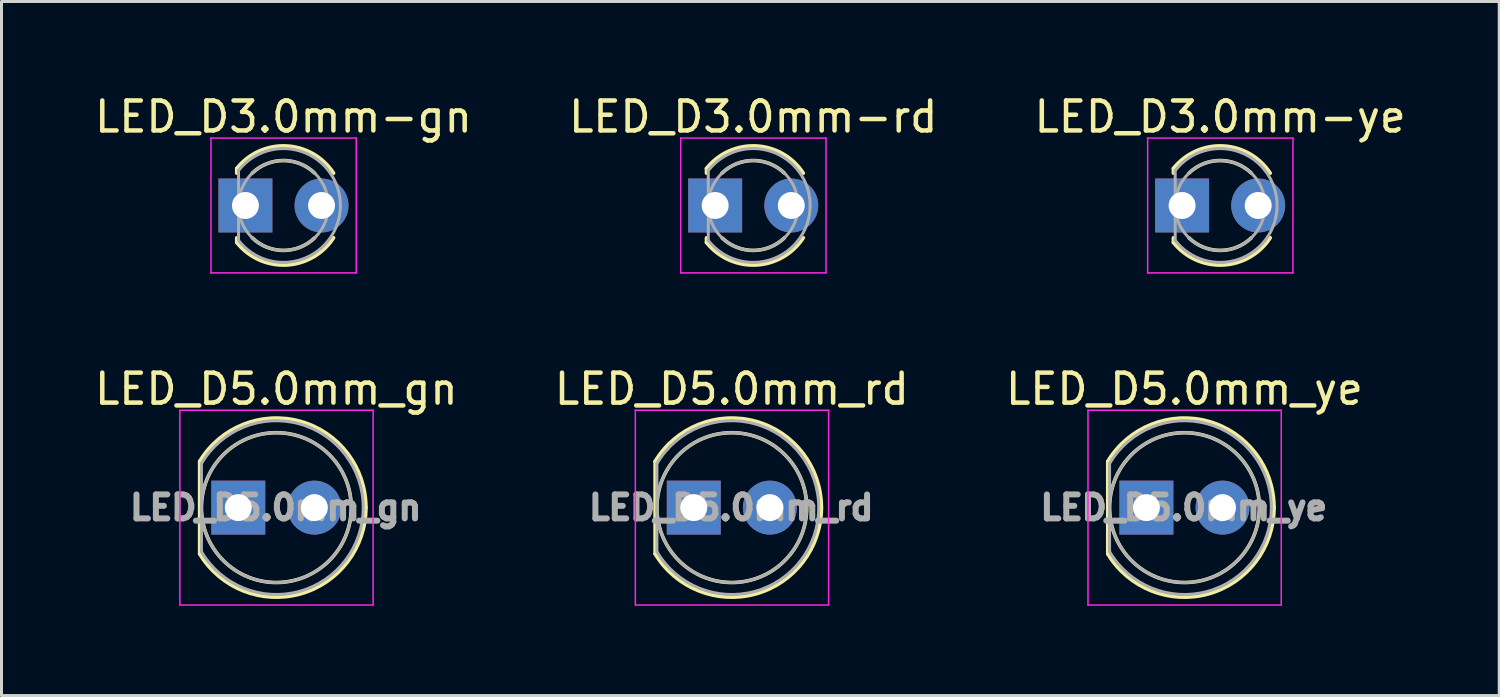
<source format=kicad_pcb>
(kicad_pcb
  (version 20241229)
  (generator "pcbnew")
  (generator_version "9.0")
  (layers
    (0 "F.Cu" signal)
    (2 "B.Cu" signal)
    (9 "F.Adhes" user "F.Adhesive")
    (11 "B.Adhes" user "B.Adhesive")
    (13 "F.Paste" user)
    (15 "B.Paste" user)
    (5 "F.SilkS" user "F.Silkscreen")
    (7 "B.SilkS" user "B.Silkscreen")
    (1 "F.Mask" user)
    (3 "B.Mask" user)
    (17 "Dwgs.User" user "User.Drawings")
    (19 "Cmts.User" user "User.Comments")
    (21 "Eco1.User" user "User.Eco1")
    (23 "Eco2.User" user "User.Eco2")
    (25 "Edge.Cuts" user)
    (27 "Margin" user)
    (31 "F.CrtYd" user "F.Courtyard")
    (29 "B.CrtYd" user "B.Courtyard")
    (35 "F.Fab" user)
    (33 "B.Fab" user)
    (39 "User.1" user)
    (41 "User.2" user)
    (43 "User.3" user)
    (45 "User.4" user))
  (footprint "LED_D3.0mm-rd"
    (layer "F.Cu")
    (at 20.819 3.808)
    (property "Reference" "LED_D3.0mm-rd" (at 1.27 -2.96 0) (layer "F.SilkS") (effects (font (size 1 1) (thickness 0.15))))
    (attr through_hole)
    (fp_line (start -0.29 -1.236) (end -0.29 -1.08) (stroke (width 0.12) (type solid)) (layer "F.SilkS"))
    (fp_line (start -0.29 1.08) (end -0.29 1.236) (stroke (width 0.12) (type solid)) (layer "F.SilkS"))
    (fp_arc (start -0.29 -1.235516) (mid 1.366487 -1.987659) (end 2.942335 -1.078608) (stroke (width 0.12) (type solid)) (layer "F.SilkS"))
    (fp_arc (start 0.229039 -1.08) (mid 1.270117 -1.5) (end 2.31113 -1.079837) (stroke (width 0.12) (type solid)) (layer "F.SilkS"))
    (fp_arc (start 2.31113 1.079837) (mid 1.270117 1.5) (end 0.229039 1.08) (stroke (width 0.12) (type solid)) (layer "F.SilkS"))
    (fp_arc (start 2.942335 1.078608) (mid 1.366487 1.987659) (end -0.29 1.235516) (stroke (width 0.12) (type solid)) (layer "F.SilkS"))
    (fp_line (start -1.15 -2.25) (end -1.15 2.25) (stroke (width 0.05) (type solid)) (layer "F.CrtYd"))
    (fp_line (start -1.15 2.25) (end 3.7 2.25) (stroke (width 0.05) (type solid)) (layer "F.CrtYd"))
    (fp_line (start 3.7 -2.25) (end -1.15 -2.25) (stroke (width 0.05) (type solid)) (layer "F.CrtYd"))
    (fp_line (start 3.7 2.25) (end 3.7 -2.25) (stroke (width 0.05) (type solid)) (layer "F.CrtYd"))
    (fp_line (start -0.23 -1.166) (end -0.23 1.166) (stroke (width 0.1) (type solid)) (layer "F.Fab"))
    (fp_arc (start -0.23 -1.16619) (mid 3.17 0.000452) (end -0.230555 1.165476) (stroke (width 0.1) (type solid)) (layer "F.Fab"))
    (fp_circle (center 1.27 0) (end 2.77 0) (stroke (width 0.1) (type solid)) (fill no) (layer "F.Fab"))
    (pad "1" thru_hole rect (at 0 0) (size 1.8 1.8) (drill 0.9) (layers "*.Cu" "*.Mask"))
    (pad "2" thru_hole circle (at 2.54 0) (size 1.8 1.8) (drill 0.9) (layers "*.Cu" "*.Mask")))
  (footprint "LED_D5.0mm_rd"
    (layer "F.Cu")
    (at 20.105 13.892)
    (property "Reference" "LED_D5.0mm_rd" (at 1.27 -3.96 0) (layer "F.SilkS") (effects (font (size 1 1) (thickness 0.15))))
    (attr through_hole)
    (fp_line (start -1.29 -1.545) (end -1.29 1.545) (stroke (width 0.12) (type solid)) (layer "F.SilkS"))
    (fp_arc (start -1.29 -1.54483) (mid 2.072002 -2.880433) (end 4.26 0.000462) (stroke (width 0.12) (type solid)) (layer "F.SilkS"))
    (fp_arc (start 4.26 -0.000462) (mid 2.072002 2.880433) (end -1.29 1.54483) (stroke (width 0.12) (type solid)) (layer "F.SilkS"))
    (fp_circle (center 1.27 0) (end 3.77 0) (stroke (width 0.12) (type solid)) (fill no) (layer "F.SilkS"))
    (fp_line (start -1.95 -3.25) (end -1.95 3.25) (stroke (width 0.05) (type solid)) (layer "F.CrtYd"))
    (fp_line (start -1.95 3.25) (end 4.5 3.25) (stroke (width 0.05) (type solid)) (layer "F.CrtYd"))
    (fp_line (start 4.5 -3.25) (end -1.95 -3.25) (stroke (width 0.05) (type solid)) (layer "F.CrtYd"))
    (fp_line (start 4.5 3.25) (end 4.5 -3.25) (stroke (width 0.05) (type solid)) (layer "F.CrtYd"))
    (fp_line (start -1.23 -1.47) (end -1.23 1.47) (stroke (width 0.1) (type solid)) (layer "F.Fab"))
    (fp_arc (start -1.23 -1.469694) (mid 4.17 0.000016) (end -1.230016 1.469666) (stroke (width 0.1) (type solid)) (layer "F.Fab"))
    (fp_circle (center 1.27 0) (end 3.77 0) (stroke (width 0.1) (type solid)) (fill no) (layer "F.Fab"))
    (fp_text user "${REFERENCE}" (at 1.25 0 0) (layer "F.Fab") (effects (font (size 0.8 0.8) (thickness 0.2))))
    (pad "1" thru_hole rect (at 0 0) (size 1.8 1.8) (drill 0.9) (layers "*.Cu" "*.Mask"))
    (pad "2" thru_hole circle (at 2.54 0) (size 1.8 1.8) (drill 0.9) (layers "*.Cu" "*.Mask")))
  (footprint "LED_D3.0mm-ye"
    (layer "F.Cu")
    (at 36.403 3.808)
    (property "Reference" "LED_D3.0mm-ye" (at 1.27 -2.96 0) (layer "F.SilkS") (effects (font (size 1 1) (thickness 0.15))))
    (attr through_hole)
    (fp_line (start -0.29 -1.236) (end -0.29 -1.08) (stroke (width 0.12) (type solid)) (layer "F.SilkS"))
    (fp_line (start -0.29 1.08) (end -0.29 1.236) (stroke (width 0.12) (type solid)) (layer "F.SilkS"))
    (fp_arc (start -0.29 -1.235516) (mid 1.366487 -1.987659) (end 2.942335 -1.078608) (stroke (width 0.12) (type solid)) (layer "F.SilkS"))
    (fp_arc (start 0.229039 -1.08) (mid 1.270117 -1.5) (end 2.31113 -1.079837) (stroke (width 0.12) (type solid)) (layer "F.SilkS"))
    (fp_arc (start 2.31113 1.079837) (mid 1.270117 1.5) (end 0.229039 1.08) (stroke (width 0.12) (type solid)) (layer "F.SilkS"))
    (fp_arc (start 2.942335 1.078608) (mid 1.366487 1.987659) (end -0.29 1.235516) (stroke (width 0.12) (type solid)) (layer "F.SilkS"))
    (fp_line (start -1.15 -2.25) (end -1.15 2.25) (stroke (width 0.05) (type solid)) (layer "F.CrtYd"))
    (fp_line (start -1.15 2.25) (end 3.7 2.25) (stroke (width 0.05) (type solid)) (layer "F.CrtYd"))
    (fp_line (start 3.7 -2.25) (end -1.15 -2.25) (stroke (width 0.05) (type solid)) (layer "F.CrtYd"))
    (fp_line (start 3.7 2.25) (end 3.7 -2.25) (stroke (width 0.05) (type solid)) (layer "F.CrtYd"))
    (fp_line (start -0.23 -1.166) (end -0.23 1.166) (stroke (width 0.1) (type solid)) (layer "F.Fab"))
    (fp_arc (start -0.23 -1.16619) (mid 3.17 0.000452) (end -0.230555 1.165476) (stroke (width 0.1) (type solid)) (layer "F.Fab"))
    (fp_circle (center 1.27 0) (end 2.77 0) (stroke (width 0.1) (type solid)) (fill no) (layer "F.Fab"))
    (pad "1" thru_hole rect (at 0 0) (size 1.8 1.8) (drill 0.9) (layers "*.Cu" "*.Mask"))
    (pad "2" thru_hole circle (at 2.54 0) (size 1.8 1.8) (drill 0.9) (layers "*.Cu" "*.Mask")))
  (footprint "LED_D5.0mm_gn"
    (layer "F.Cu")
    (at 4.903 13.892)
    (property "Reference" "LED_D5.0mm_gn" (at 1.27 -3.96 0) (layer "F.SilkS") (effects (font (size 1 1) (thickness 0.15))))
    (attr through_hole)
    (fp_line (start -1.29 -1.545) (end -1.29 1.545) (stroke (width 0.12) (type solid)) (layer "F.SilkS"))
    (fp_arc (start -1.29 -1.54483) (mid 2.072002 -2.880433) (end 4.26 0.000462) (stroke (width 0.12) (type solid)) (layer "F.SilkS"))
    (fp_arc (start 4.26 -0.000462) (mid 2.072002 2.880433) (end -1.29 1.54483) (stroke (width 0.12) (type solid)) (layer "F.SilkS"))
    (fp_circle (center 1.27 0) (end 3.77 0) (stroke (width 0.12) (type solid)) (fill no) (layer "F.SilkS"))
    (fp_line (start -1.95 -3.25) (end -1.95 3.25) (stroke (width 0.05) (type solid)) (layer "F.CrtYd"))
    (fp_line (start -1.95 3.25) (end 4.5 3.25) (stroke (width 0.05) (type solid)) (layer "F.CrtYd"))
    (fp_line (start 4.5 -3.25) (end -1.95 -3.25) (stroke (width 0.05) (type solid)) (layer "F.CrtYd"))
    (fp_line (start 4.5 3.25) (end 4.5 -3.25) (stroke (width 0.05) (type solid)) (layer "F.CrtYd"))
    (fp_line (start -1.23 -1.47) (end -1.23 1.47) (stroke (width 0.1) (type solid)) (layer "F.Fab"))
    (fp_arc (start -1.23 -1.469694) (mid 4.17 0.000016) (end -1.230016 1.469666) (stroke (width 0.1) (type solid)) (layer "F.Fab"))
    (fp_circle (center 1.27 0) (end 3.77 0) (stroke (width 0.1) (type solid)) (fill no) (layer "F.Fab"))
    (fp_text user "${REFERENCE}" (at 1.25 0 0) (layer "F.Fab") (effects (font (size 0.8 0.8) (thickness 0.2))))
    (pad "1" thru_hole rect (at 0 0) (size 1.8 1.8) (drill 0.9) (layers "*.Cu" "*.Mask"))
    (pad "2" thru_hole circle (at 2.54 0) (size 1.8 1.8) (drill 0.9) (layers "*.Cu" "*.Mask")))
  (footprint "LED_D5.0mm_ye"
    (layer "F.Cu")
    (at 35.212 13.892)
    (property "Reference" "LED_D5.0mm_ye" (at 1.27 -3.96 0) (layer "F.SilkS") (effects (font (size 1 1) (thickness 0.15))))
    (attr through_hole)
    (fp_line (start -1.29 -1.545) (end -1.29 1.545) (stroke (width 0.12) (type solid)) (layer "F.SilkS"))
    (fp_arc (start -1.29 -1.54483) (mid 2.072002 -2.880433) (end 4.26 0.000462) (stroke (width 0.12) (type solid)) (layer "F.SilkS"))
    (fp_arc (start 4.26 -0.000462) (mid 2.072002 2.880433) (end -1.29 1.54483) (stroke (width 0.12) (type solid)) (layer "F.SilkS"))
    (fp_circle (center 1.27 0) (end 3.77 0) (stroke (width 0.12) (type solid)) (fill no) (layer "F.SilkS"))
    (fp_line (start -1.95 -3.25) (end -1.95 3.25) (stroke (width 0.05) (type solid)) (layer "F.CrtYd"))
    (fp_line (start -1.95 3.25) (end 4.5 3.25) (stroke (width 0.05) (type solid)) (layer "F.CrtYd"))
    (fp_line (start 4.5 -3.25) (end -1.95 -3.25) (stroke (width 0.05) (type solid)) (layer "F.CrtYd"))
    (fp_line (start 4.5 3.25) (end 4.5 -3.25) (stroke (width 0.05) (type solid)) (layer "F.CrtYd"))
    (fp_line (start -1.23 -1.47) (end -1.23 1.47) (stroke (width 0.1) (type solid)) (layer "F.Fab"))
    (fp_arc (start -1.23 -1.469694) (mid 4.17 0.000016) (end -1.230016 1.469666) (stroke (width 0.1) (type solid)) (layer "F.Fab"))
    (fp_circle (center 1.27 0) (end 3.77 0) (stroke (width 0.1) (type solid)) (fill no) (layer "F.Fab"))
    (fp_text user "${REFERENCE}" (at 1.25 0 0) (layer "F.Fab") (effects (font (size 0.8 0.8) (thickness 0.2))))
    (pad "1" thru_hole rect (at 0 0) (size 1.8 1.8) (drill 0.9) (layers "*.Cu" "*.Mask"))
    (pad "2" thru_hole circle (at 2.54 0) (size 1.8 1.8) (drill 0.9) (layers "*.Cu" "*.Mask")))
  (footprint "LED_D3.0mm-gn"
    (layer "F.Cu")
    (at 5.141 3.808)
    (property "Reference" "LED_D3.0mm-gn" (at 1.27 -2.96 0) (layer "F.SilkS") (effects (font (size 1 1) (thickness 0.15))))
    (attr through_hole)
    (fp_line (start -0.29 -1.236) (end -0.29 -1.08) (stroke (width 0.12) (type solid)) (layer "F.SilkS"))
    (fp_line (start -0.29 1.08) (end -0.29 1.236) (stroke (width 0.12) (type solid)) (layer "F.SilkS"))
    (fp_arc (start -0.29 -1.235516) (mid 1.366487 -1.987659) (end 2.942335 -1.078608) (stroke (width 0.12) (type solid)) (layer "F.SilkS"))
    (fp_arc (start 0.229039 -1.08) (mid 1.270117 -1.5) (end 2.31113 -1.079837) (stroke (width 0.12) (type solid)) (layer "F.SilkS"))
    (fp_arc (start 2.31113 1.079837) (mid 1.270117 1.5) (end 0.229039 1.08) (stroke (width 0.12) (type solid)) (layer "F.SilkS"))
    (fp_arc (start 2.942335 1.078608) (mid 1.366487 1.987659) (end -0.29 1.235516) (stroke (width 0.12) (type solid)) (layer "F.SilkS"))
    (fp_line (start -1.15 -2.25) (end -1.15 2.25) (stroke (width 0.05) (type solid)) (layer "F.CrtYd"))
    (fp_line (start -1.15 2.25) (end 3.7 2.25) (stroke (width 0.05) (type solid)) (layer "F.CrtYd"))
    (fp_line (start 3.7 -2.25) (end -1.15 -2.25) (stroke (width 0.05) (type solid)) (layer "F.CrtYd"))
    (fp_line (start 3.7 2.25) (end 3.7 -2.25) (stroke (width 0.05) (type solid)) (layer "F.CrtYd"))
    (fp_line (start -0.23 -1.166) (end -0.23 1.166) (stroke (width 0.1) (type solid)) (layer "F.Fab"))
    (fp_arc (start -0.23 -1.16619) (mid 3.17 0.000452) (end -0.230555 1.165476) (stroke (width 0.1) (type solid)) (layer "F.Fab"))
    (fp_circle (center 1.27 0) (end 2.77 0) (stroke (width 0.1) (type solid)) (fill no) (layer "F.Fab"))
    (pad "1" thru_hole rect (at 0 0) (size 1.8 1.8) (drill 0.9) (layers "*.Cu" "*.Mask"))
    (pad "2" thru_hole circle (at 2.54 0) (size 1.8 1.8) (drill 0.9) (layers "*.Cu" "*.Mask")))
  (gr_rect
    (start -3 -3)
    (end 46.988 20.166)
    (stroke (width 0.1) (type default))
    (fill no)
    (layer "Edge.Cuts")))
</source>
